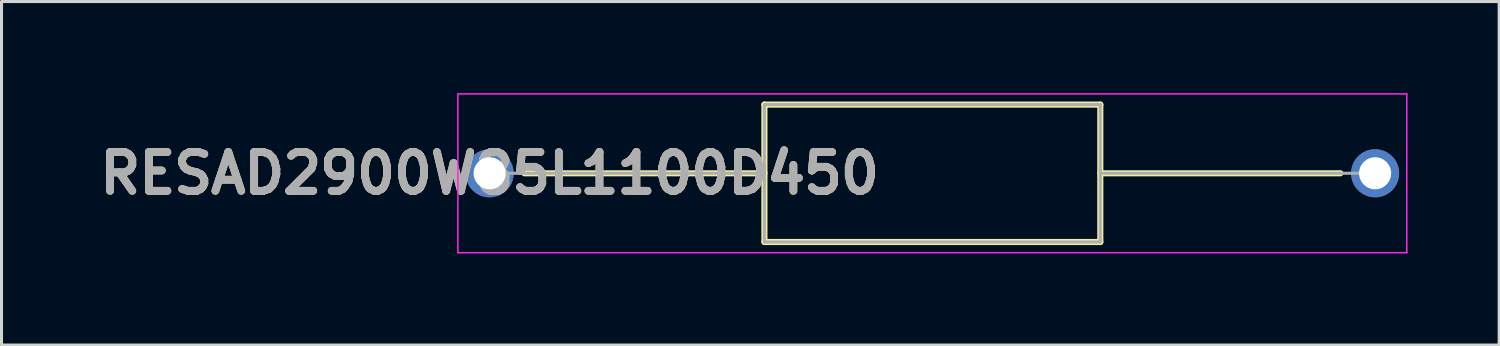
<source format=kicad_pcb>
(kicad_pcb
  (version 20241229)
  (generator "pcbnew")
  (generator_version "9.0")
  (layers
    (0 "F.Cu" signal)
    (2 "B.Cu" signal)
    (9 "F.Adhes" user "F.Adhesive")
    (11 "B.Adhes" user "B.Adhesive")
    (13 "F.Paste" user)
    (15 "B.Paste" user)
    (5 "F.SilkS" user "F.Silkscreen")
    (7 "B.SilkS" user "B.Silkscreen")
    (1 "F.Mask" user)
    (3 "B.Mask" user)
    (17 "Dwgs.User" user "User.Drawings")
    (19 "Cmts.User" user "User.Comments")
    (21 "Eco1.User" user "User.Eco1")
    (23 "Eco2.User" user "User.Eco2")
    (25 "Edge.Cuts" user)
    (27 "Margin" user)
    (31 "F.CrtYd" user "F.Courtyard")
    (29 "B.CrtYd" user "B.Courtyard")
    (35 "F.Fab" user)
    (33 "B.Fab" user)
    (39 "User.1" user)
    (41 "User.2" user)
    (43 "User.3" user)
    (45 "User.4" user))
  (footprint "RESAD2900W85L1100D450"
    (layer "F.Cu")
    (at 12.984 2.625)
    (property "Reference" "RESAD2900W85L1100D450" (at 0 0 0) (layer "F.SilkS") (effects (font (size 1.27 1.27) (thickness 0.254))))
    (attr through_hole)
    (fp_line (start 1.138 0) (end 9 0) (stroke (width 0.2) (type solid)) (layer "F.SilkS"))
    (fp_line (start 9 -2.25) (end 20 -2.25) (stroke (width 0.2) (type solid)) (layer "F.SilkS"))
    (fp_line (start 9 2.25) (end 9 -2.25) (stroke (width 0.2) (type solid)) (layer "F.SilkS"))
    (fp_line (start 20 -2.25) (end 20 2.25) (stroke (width 0.2) (type solid)) (layer "F.SilkS"))
    (fp_line (start 20 0) (end 27.862 0) (stroke (width 0.2) (type solid)) (layer "F.SilkS"))
    (fp_line (start 20 2.25) (end 9 2.25) (stroke (width 0.2) (type solid)) (layer "F.SilkS"))
    (fp_line (start -1.038 -2.6) (end 30.037 -2.6) (stroke (width 0.05) (type solid)) (layer "F.CrtYd"))
    (fp_line (start -1.038 2.6) (end -1.038 -2.6) (stroke (width 0.05) (type solid)) (layer "F.CrtYd"))
    (fp_line (start 30.037 -2.6) (end 30.037 2.6) (stroke (width 0.05) (type solid)) (layer "F.CrtYd"))
    (fp_line (start 30.037 2.6) (end -1.038 2.6) (stroke (width 0.05) (type solid)) (layer "F.CrtYd"))
    (fp_line (start 0 0) (end 9 0) (stroke (width 0.1) (type solid)) (layer "F.Fab"))
    (fp_line (start 9 -2.25) (end 20 -2.25) (stroke (width 0.1) (type solid)) (layer "F.Fab"))
    (fp_line (start 9 2.25) (end 9 -2.25) (stroke (width 0.1) (type solid)) (layer "F.Fab"))
    (fp_line (start 20 -2.25) (end 20 2.25) (stroke (width 0.1) (type solid)) (layer "F.Fab"))
    (fp_line (start 20 0) (end 29 0) (stroke (width 0.1) (type solid)) (layer "F.Fab"))
    (fp_line (start 20 2.25) (end 9 2.25) (stroke (width 0.1) (type solid)) (layer "F.Fab"))
    (fp_text user "${REFERENCE}" (at 0 0 0) (layer "F.Fab") (effects (font (size 1.27 1.27) (thickness 0.254))))
    (pad "1" thru_hole circle (at 0 0) (size 1.575 1.575) (drill 1.05) (layers "*.Cu" "*.Mask"))
    (pad "2" thru_hole circle (at 29 0) (size 1.575 1.575) (drill 1.05) (layers "*.Cu" "*.Mask")))
  (gr_rect
    (start -3 -3)
    (end 46.046 8.25)
    (stroke (width 0.1) (type default))
    (fill no)
    (layer "Edge.Cuts")))
</source>
